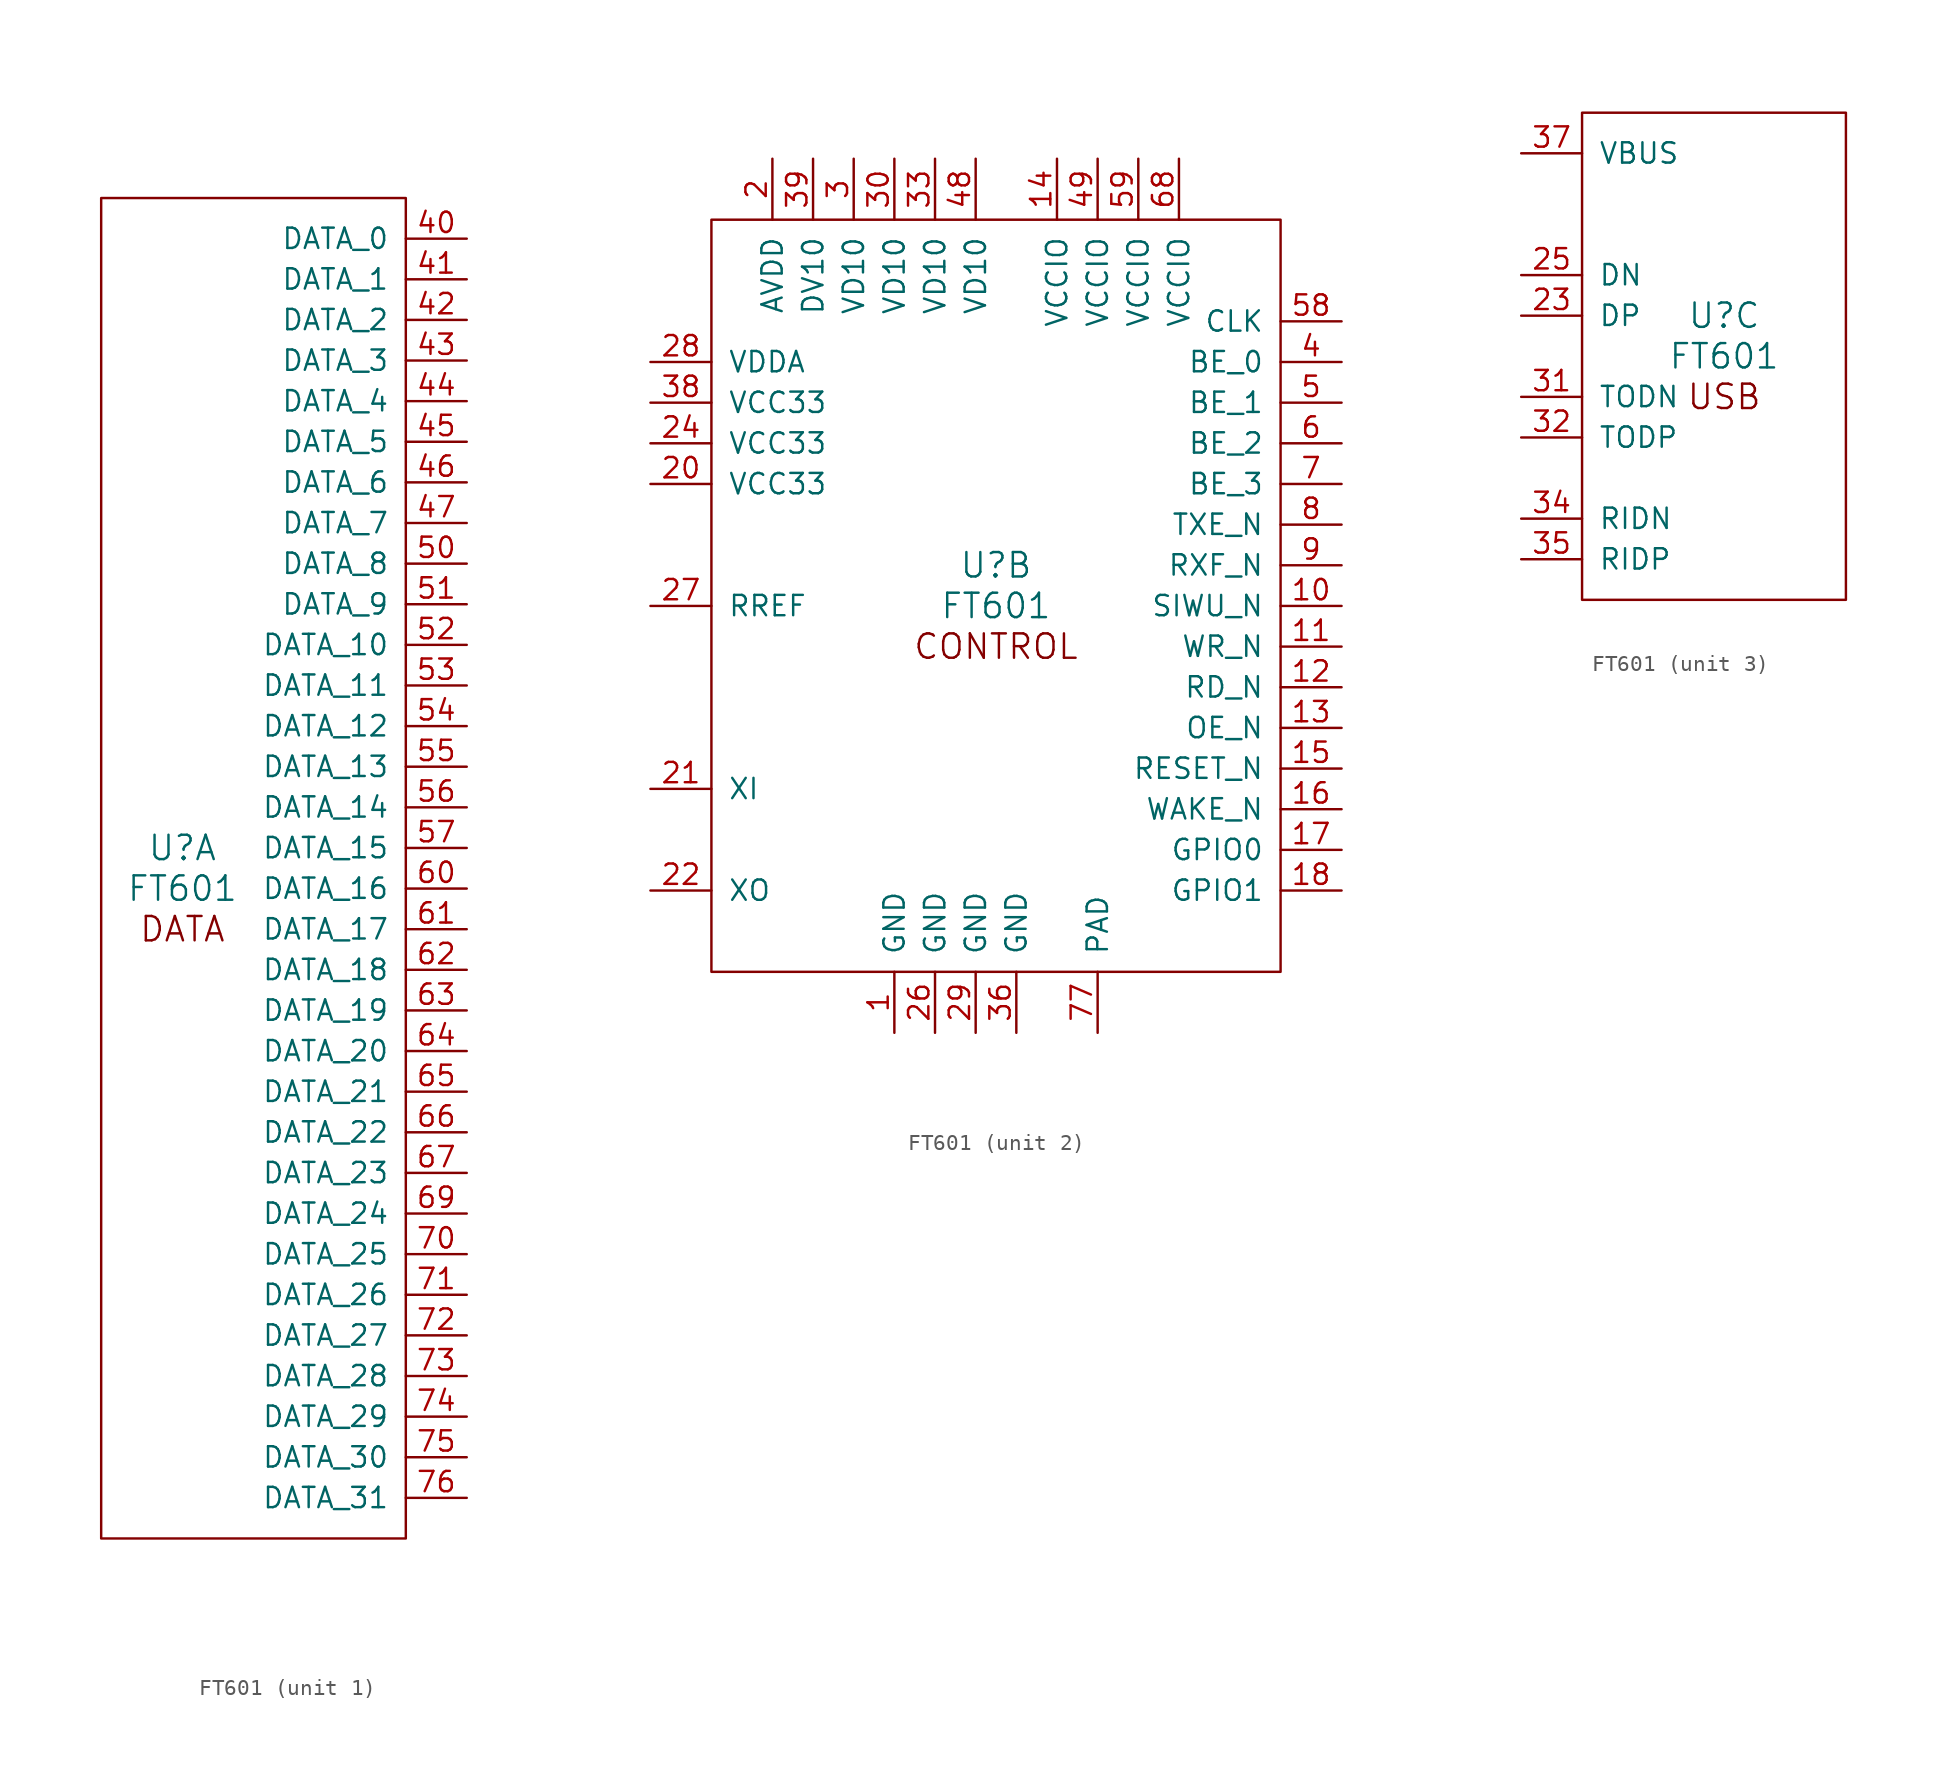
<source format=kicad_sym>
(kicad_symbol_lib
  (version 20211014)
  (generator kicad_symbol_editor)
  (symbol "FT601"
    (pin_names
      (offset 1.016))
    (property "Reference" "U"
      (at 0 1.27 0)
      (effects (font (size 1.524 1.524))))
    (property "Value" "FT601"
      (at 0 -1.27 0)
      (effects (font (size 1.524 1.524))))
    (property "ki_locked" ""
      (at 0 0 0)
      (effects (font (size 1.27 1.27))))
    (symbol "FT601_1_1"
      (rectangle (start 13.97 41.91) (end -5.08 -41.91) (stroke (width 0) (type default) (color 0 0 0 0)) (fill (type none)))
      (text "DATA" (at 0 -3.81 0) (effects (font (size 1.524 1.524))))
      (pin bidirectional line (at 17.78 39.37 180) (length 3.81) (name "DATA_0" (effects (font (size 1.27 1.27)))) (number "40" (effects (font (size 1.27 1.27)))))
      (pin bidirectional line (at 17.78 36.83 180) (length 3.81) (name "DATA_1" (effects (font (size 1.27 1.27)))) (number "41" (effects (font (size 1.27 1.27)))))
      (pin bidirectional line (at 17.78 34.29 180) (length 3.81) (name "DATA_2" (effects (font (size 1.27 1.27)))) (number "42" (effects (font (size 1.27 1.27)))))
      (pin bidirectional line (at 17.78 31.75 180) (length 3.81) (name "DATA_3" (effects (font (size 1.27 1.27)))) (number "43" (effects (font (size 1.27 1.27)))))
      (pin bidirectional line (at 17.78 29.21 180) (length 3.81) (name "DATA_4" (effects (font (size 1.27 1.27)))) (number "44" (effects (font (size 1.27 1.27)))))
      (pin bidirectional line (at 17.78 26.67 180) (length 3.81) (name "DATA_5" (effects (font (size 1.27 1.27)))) (number "45" (effects (font (size 1.27 1.27)))))
      (pin bidirectional line (at 17.78 24.13 180) (length 3.81) (name "DATA_6" (effects (font (size 1.27 1.27)))) (number "46" (effects (font (size 1.27 1.27)))))
      (pin bidirectional line (at 17.78 21.59 180) (length 3.81) (name "DATA_7" (effects (font (size 1.27 1.27)))) (number "47" (effects (font (size 1.27 1.27)))))
      (pin bidirectional line (at 17.78 19.05 180) (length 3.81) (name "DATA_8" (effects (font (size 1.27 1.27)))) (number "50" (effects (font (size 1.27 1.27)))))
      (pin bidirectional line (at 17.78 16.51 180) (length 3.81) (name "DATA_9" (effects (font (size 1.27 1.27)))) (number "51" (effects (font (size 1.27 1.27)))))
      (pin bidirectional line (at 17.78 13.97 180) (length 3.81) (name "DATA_10" (effects (font (size 1.27 1.27)))) (number "52" (effects (font (size 1.27 1.27)))))
      (pin bidirectional line (at 17.78 11.43 180) (length 3.81) (name "DATA_11" (effects (font (size 1.27 1.27)))) (number "53" (effects (font (size 1.27 1.27)))))
      (pin bidirectional line (at 17.78 8.89 180) (length 3.81) (name "DATA_12" (effects (font (size 1.27 1.27)))) (number "54" (effects (font (size 1.27 1.27)))))
      (pin bidirectional line (at 17.78 6.35 180) (length 3.81) (name "DATA_13" (effects (font (size 1.27 1.27)))) (number "55" (effects (font (size 1.27 1.27)))))
      (pin bidirectional line (at 17.78 3.81 180) (length 3.81) (name "DATA_14" (effects (font (size 1.27 1.27)))) (number "56" (effects (font (size 1.27 1.27)))))
      (pin bidirectional line (at 17.78 1.27 180) (length 3.81) (name "DATA_15" (effects (font (size 1.27 1.27)))) (number "57" (effects (font (size 1.27 1.27)))))
      (pin bidirectional line (at 17.78 -1.27 180) (length 3.81) (name "DATA_16" (effects (font (size 1.27 1.27)))) (number "60" (effects (font (size 1.27 1.27)))))
      (pin bidirectional line (at 17.78 -3.81 180) (length 3.81) (name "DATA_17" (effects (font (size 1.27 1.27)))) (number "61" (effects (font (size 1.27 1.27)))))
      (pin bidirectional line (at 17.78 -6.35 180) (length 3.81) (name "DATA_18" (effects (font (size 1.27 1.27)))) (number "62" (effects (font (size 1.27 1.27)))))
      (pin bidirectional line (at 17.78 -8.89 180) (length 3.81) (name "DATA_19" (effects (font (size 1.27 1.27)))) (number "63" (effects (font (size 1.27 1.27)))))
      (pin bidirectional line (at 17.78 -11.43 180) (length 3.81) (name "DATA_20" (effects (font (size 1.27 1.27)))) (number "64" (effects (font (size 1.27 1.27)))))
      (pin bidirectional line (at 17.78 -13.97 180) (length 3.81) (name "DATA_21" (effects (font (size 1.27 1.27)))) (number "65" (effects (font (size 1.27 1.27)))))
      (pin bidirectional line (at 17.78 -16.51 180) (length 3.81) (name "DATA_22" (effects (font (size 1.27 1.27)))) (number "66" (effects (font (size 1.27 1.27)))))
      (pin bidirectional line (at 17.78 -19.05 180) (length 3.81) (name "DATA_23" (effects (font (size 1.27 1.27)))) (number "67" (effects (font (size 1.27 1.27)))))
      (pin bidirectional line (at 17.78 -21.59 180) (length 3.81) (name "DATA_24" (effects (font (size 1.27 1.27)))) (number "69" (effects (font (size 1.27 1.27)))))
      (pin bidirectional line (at 17.78 -24.13 180) (length 3.81) (name "DATA_25" (effects (font (size 1.27 1.27)))) (number "70" (effects (font (size 1.27 1.27)))))
      (pin bidirectional line (at 17.78 -26.67 180) (length 3.81) (name "DATA_26" (effects (font (size 1.27 1.27)))) (number "71" (effects (font (size 1.27 1.27)))))
      (pin bidirectional line (at 17.78 -29.21 180) (length 3.81) (name "DATA_27" (effects (font (size 1.27 1.27)))) (number "72" (effects (font (size 1.27 1.27)))))
      (pin bidirectional line (at 17.78 -31.75 180) (length 3.81) (name "DATA_28" (effects (font (size 1.27 1.27)))) (number "73" (effects (font (size 1.27 1.27)))))
      (pin bidirectional line (at 17.78 -34.29 180) (length 3.81) (name "DATA_29" (effects (font (size 1.27 1.27)))) (number "74" (effects (font (size 1.27 1.27)))))
      (pin bidirectional line (at 17.78 -36.83 180) (length 3.81) (name "DATA_30" (effects (font (size 1.27 1.27)))) (number "75" (effects (font (size 1.27 1.27)))))
      (pin bidirectional line (at 17.78 -39.37 180) (length 3.81) (name "DATA_31" (effects (font (size 1.27 1.27)))) (number "76" (effects (font (size 1.27 1.27))))))
    (symbol "FT601_2_0"
      (rectangle (start -17.78 22.86) (end 17.78 -24.13) (stroke (width 0) (type default) (color 0 0 0 0)) (fill (type none)))
      (text "CONTROL" (at 0 -3.81 0) (effects (font (size 1.524 1.524)))))
    (symbol "FT601_2_1"
      (pin power_in line (at -6.35 -27.94 90) (length 3.81) (name "GND" (effects (font (size 1.27 1.27)))) (number "1" (effects (font (size 1.27 1.27)))))
      (pin input line (at 21.59 -1.27 180) (length 3.81) (name "SIWU_N" (effects (font (size 1.27 1.27)))) (number "10" (effects (font (size 1.27 1.27)))))
      (pin input line (at 21.59 -3.81 180) (length 3.81) (name "WR_N" (effects (font (size 1.27 1.27)))) (number "11" (effects (font (size 1.27 1.27)))))
      (pin input line (at 21.59 -6.35 180) (length 3.81) (name "RD_N" (effects (font (size 1.27 1.27)))) (number "12" (effects (font (size 1.27 1.27)))))
      (pin input line (at 21.59 -8.89 180) (length 3.81) (name "OE_N" (effects (font (size 1.27 1.27)))) (number "13" (effects (font (size 1.27 1.27)))))
      (pin power_in line (at 3.81 26.67 270) (length 3.81) (name "VCCIO" (effects (font (size 1.27 1.27)))) (number "14" (effects (font (size 1.27 1.27)))))
      (pin input line (at 21.59 -11.43 180) (length 3.81) (name "RESET_N" (effects (font (size 1.27 1.27)))) (number "15" (effects (font (size 1.27 1.27)))))
      (pin bidirectional line (at 21.59 -13.97 180) (length 3.81) (name "WAKE_N" (effects (font (size 1.27 1.27)))) (number "16" (effects (font (size 1.27 1.27)))))
      (pin bidirectional line (at 21.59 -16.51 180) (length 3.81) (name "GPIO0" (effects (font (size 1.27 1.27)))) (number "17" (effects (font (size 1.27 1.27)))))
      (pin bidirectional line (at 21.59 -19.05 180) (length 3.81) (name "GPIO1" (effects (font (size 1.27 1.27)))) (number "18" (effects (font (size 1.27 1.27)))))
      (pin power_in line (at -13.97 26.67 270) (length 3.81) (name "AVDD" (effects (font (size 1.27 1.27)))) (number "2" (effects (font (size 1.27 1.27)))))
      (pin power_in line (at -21.59 6.35 0) (length 3.81) (name "VCC33" (effects (font (size 1.27 1.27)))) (number "20" (effects (font (size 1.27 1.27)))))
      (pin input line (at -21.59 -12.7 0) (length 3.81) (name "XI" (effects (font (size 1.27 1.27)))) (number "21" (effects (font (size 1.27 1.27)))))
      (pin output line (at -21.59 -19.05 0) (length 3.81) (name "XO" (effects (font (size 1.27 1.27)))) (number "22" (effects (font (size 1.27 1.27)))))
      (pin power_in line (at -21.59 8.89 0) (length 3.81) (name "VCC33" (effects (font (size 1.27 1.27)))) (number "24" (effects (font (size 1.27 1.27)))))
      (pin power_in line (at -3.81 -27.94 90) (length 3.81) (name "GND" (effects (font (size 1.27 1.27)))) (number "26" (effects (font (size 1.27 1.27)))))
      (pin input line (at -21.59 -1.27 0) (length 3.81) (name "RREF" (effects (font (size 1.27 1.27)))) (number "27" (effects (font (size 1.27 1.27)))))
      (pin power_in line (at -21.59 13.97 0) (length 3.81) (name "VDDA" (effects (font (size 1.27 1.27)))) (number "28" (effects (font (size 1.27 1.27)))))
      (pin power_in line (at -1.27 -27.94 90) (length 3.81) (name "GND" (effects (font (size 1.27 1.27)))) (number "29" (effects (font (size 1.27 1.27)))))
      (pin power_in line (at -8.89 26.67 270) (length 3.81) (name "VD10" (effects (font (size 1.27 1.27)))) (number "3" (effects (font (size 1.27 1.27)))))
      (pin power_in line (at -6.35 26.67 270) (length 3.81) (name "VD10" (effects (font (size 1.27 1.27)))) (number "30" (effects (font (size 1.27 1.27)))))
      (pin power_in line (at -3.81 26.67 270) (length 3.81) (name "VD10" (effects (font (size 1.27 1.27)))) (number "33" (effects (font (size 1.27 1.27)))))
      (pin power_in line (at 1.27 -27.94 90) (length 3.81) (name "GND" (effects (font (size 1.27 1.27)))) (number "36" (effects (font (size 1.27 1.27)))))
      (pin power_in line (at -21.59 11.43 0) (length 3.81) (name "VCC33" (effects (font (size 1.27 1.27)))) (number "38" (effects (font (size 1.27 1.27)))))
      (pin power_out line (at -11.43 26.67 270) (length 3.81) (name "DV10" (effects (font (size 1.27 1.27)))) (number "39" (effects (font (size 1.27 1.27)))))
      (pin bidirectional line (at 21.59 13.97 180) (length 3.81) (name "BE_0" (effects (font (size 1.27 1.27)))) (number "4" (effects (font (size 1.27 1.27)))))
      (pin power_in line (at -1.27 26.67 270) (length 3.81) (name "VD10" (effects (font (size 1.27 1.27)))) (number "48" (effects (font (size 1.27 1.27)))))
      (pin power_in line (at 6.35 26.67 270) (length 3.81) (name "VCCIO" (effects (font (size 1.27 1.27)))) (number "49" (effects (font (size 1.27 1.27)))))
      (pin bidirectional line (at 21.59 11.43 180) (length 3.81) (name "BE_1" (effects (font (size 1.27 1.27)))) (number "5" (effects (font (size 1.27 1.27)))))
      (pin output line (at 21.59 16.51 180) (length 3.81) (name "CLK" (effects (font (size 1.27 1.27)))) (number "58" (effects (font (size 1.27 1.27)))))
      (pin power_in line (at 8.89 26.67 270) (length 3.81) (name "VCCIO" (effects (font (size 1.27 1.27)))) (number "59" (effects (font (size 1.27 1.27)))))
      (pin bidirectional line (at 21.59 8.89 180) (length 3.81) (name "BE_2" (effects (font (size 1.27 1.27)))) (number "6" (effects (font (size 1.27 1.27)))))
      (pin power_in line (at 11.43 26.67 270) (length 3.81) (name "VCCIO" (effects (font (size 1.27 1.27)))) (number "68" (effects (font (size 1.27 1.27)))))
      (pin bidirectional line (at 21.59 6.35 180) (length 3.81) (name "BE_3" (effects (font (size 1.27 1.27)))) (number "7" (effects (font (size 1.27 1.27)))))
      (pin power_in line (at 6.35 -27.94 90) (length 3.81) (name "PAD" (effects (font (size 1.27 1.27)))) (number "77" (effects (font (size 1.27 1.27)))))
      (pin output line (at 21.59 3.81 180) (length 3.81) (name "TXE_N" (effects (font (size 1.27 1.27)))) (number "8" (effects (font (size 1.27 1.27)))))
      (pin output line (at 21.59 1.27 180) (length 3.81) (name "RXF_N" (effects (font (size 1.27 1.27)))) (number "9" (effects (font (size 1.27 1.27))))))
    (symbol "FT601_3_0"
      (rectangle (start -8.89 13.97) (end 7.62 -16.51) (stroke (width 0) (type default) (color 0 0 0 0)) (fill (type none)))
      (text "USB" (at 0 -3.81 0) (effects (font (size 1.524 1.524)))))
    (symbol "FT601_3_1"
      (pin bidirectional line (at -12.7 1.27 0) (length 3.81) (name "DP" (effects (font (size 1.27 1.27)))) (number "23" (effects (font (size 1.27 1.27)))))
      (pin bidirectional line (at -12.7 3.81 0) (length 3.81) (name "DN" (effects (font (size 1.27 1.27)))) (number "25" (effects (font (size 1.27 1.27)))))
      (pin output line (at -12.7 -3.81 0) (length 3.81) (name "TODN" (effects (font (size 1.27 1.27)))) (number "31" (effects (font (size 1.27 1.27)))))
      (pin output line (at -12.7 -6.35 0) (length 3.81) (name "TODP" (effects (font (size 1.27 1.27)))) (number "32" (effects (font (size 1.27 1.27)))))
      (pin output line (at -12.7 -11.43 0) (length 3.81) (name "RIDN" (effects (font (size 1.27 1.27)))) (number "34" (effects (font (size 1.27 1.27)))))
      (pin output line (at -12.7 -13.97 0) (length 3.81) (name "RIDP" (effects (font (size 1.27 1.27)))) (number "35" (effects (font (size 1.27 1.27)))))
      (pin input line (at -12.7 11.43 0) (length 3.81) (name "VBUS" (effects (font (size 1.27 1.27)))) (number "37" (effects (font (size 1.27 1.27))))))))
</source>
